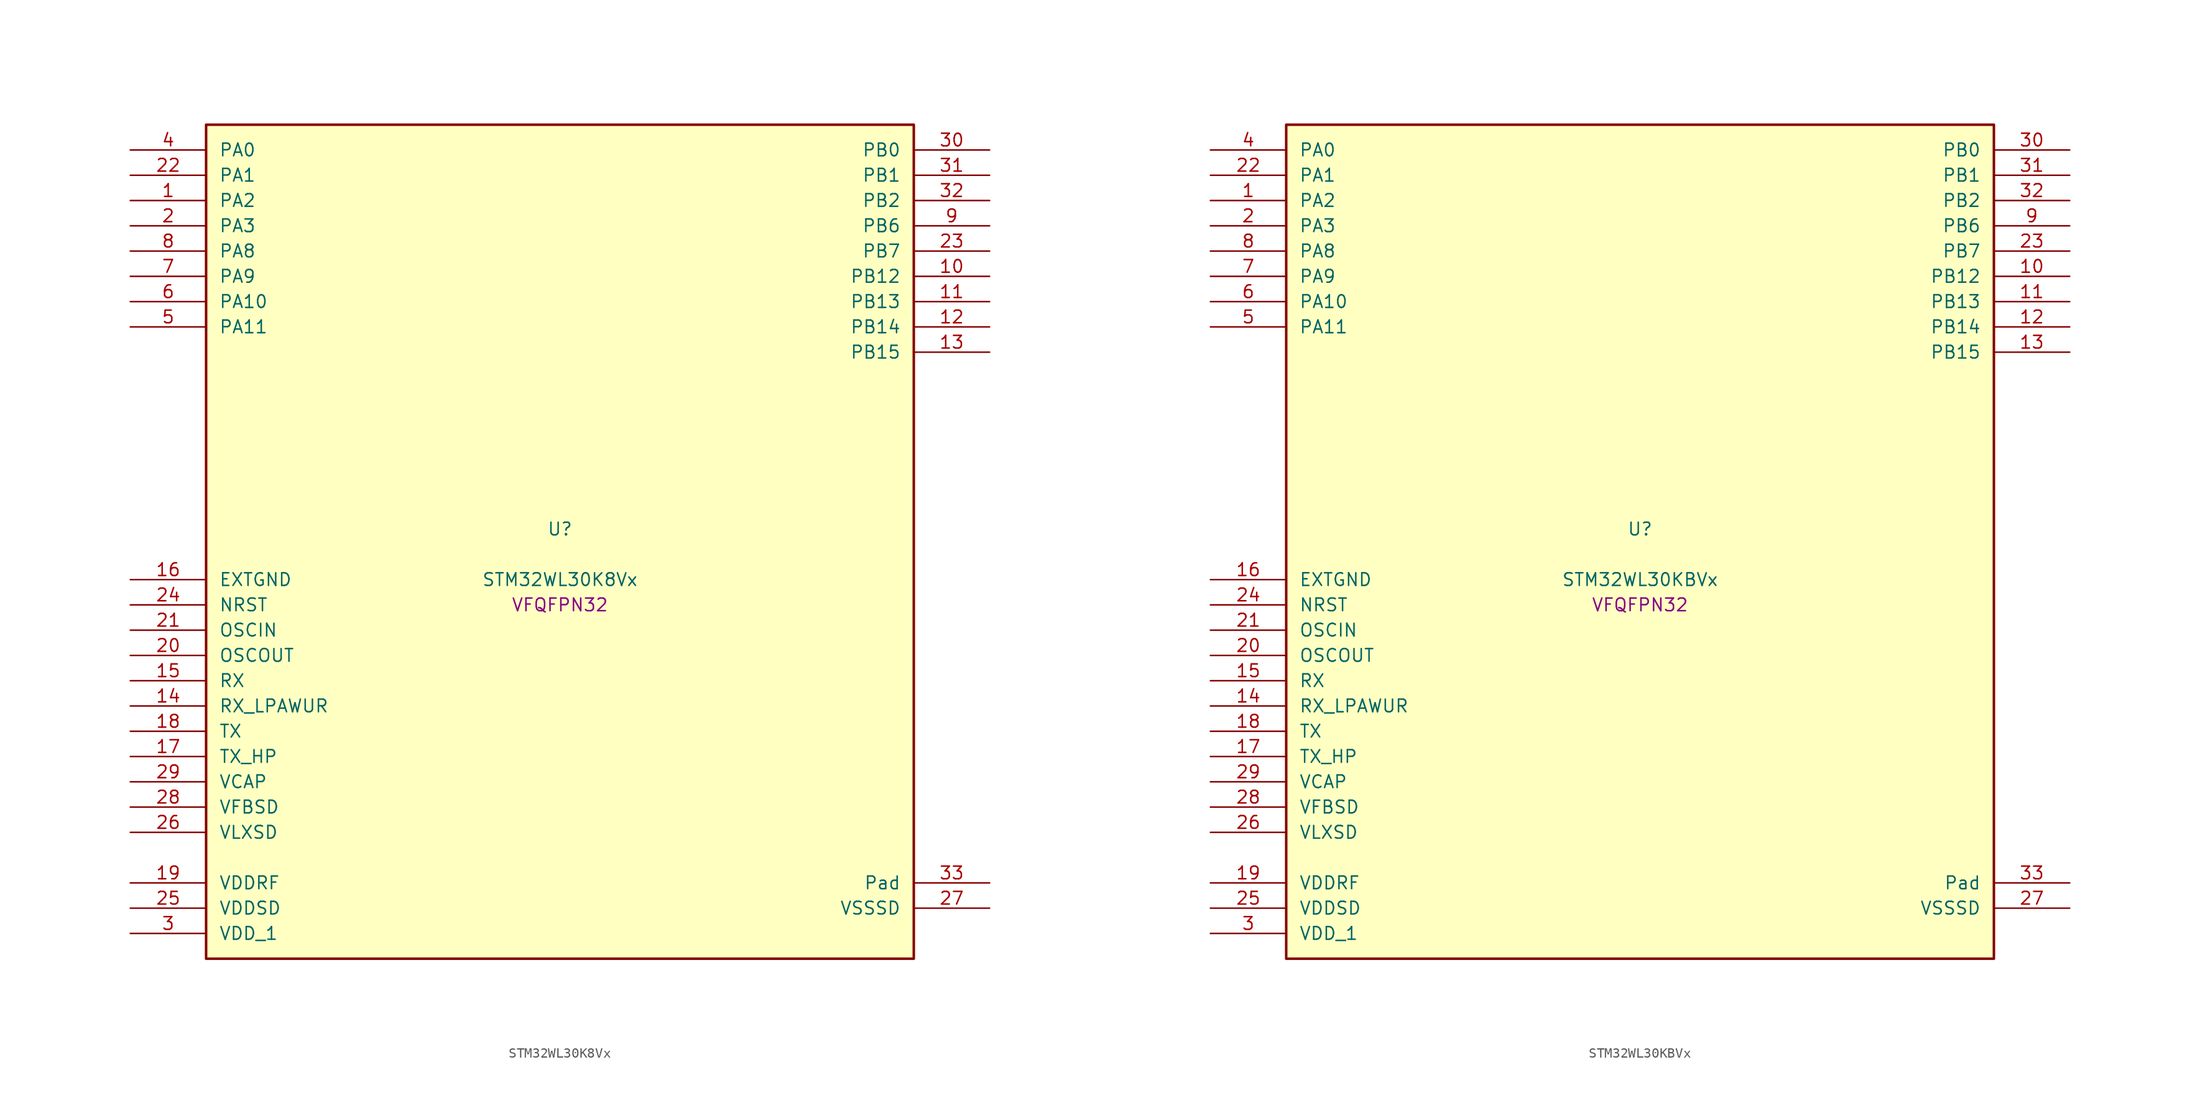
<source format=kicad_sym>
(kicad_symbol_lib
  (version 20241209)
  (generator "stm32_pkl_generator")
  (generator_version "1.0")
  (symbol "STM32WL30K8Vx"
    (pin_names
      (offset 1.27))
    (property "Reference" "U"
      (at 0 2.54 0))
    (property "Value" "STM32WL30K8Vx"
      (at 0 -2.54 0))
    (property "Footprint" "VFQFPN32"
      (at 0 -5.08 0))
    (symbol "STM32WL30K8Vx_1_1"
      (rectangle (start -35.56 43.18) (end 35.56 -40.64) (stroke (width 0.254) (type solid)) (fill (type background)))
      (pin bidirectional line (at -43.18 40.64 0) (length 7.62) (name "PA0") (number "4") (alternate "PA0/PWR_WKUP12" bidirectional line) (alternate "PA0/TIM2_CH3" bidirectional line) (alternate "PA0/USART1_CTS" bidirectional line))
      (pin bidirectional line (at -43.18 38.1 0) (length 7.62) (name "PA1") (number "22") (alternate "PA1/PWR_WKUP13" bidirectional line) (alternate "PA1/TIM16_BRK" bidirectional line) (alternate "PA1/TIM2_CH4" bidirectional line) (alternate "PA1/USART1_TX" bidirectional line))
      (pin bidirectional line (at -43.18 35.56 0) (length 7.62) (name "PA2") (number "1") (alternate "PA2/ADC1_VINM2" bidirectional line) (alternate "PA2/DEBUG_SWDIO" bidirectional line) (alternate "PA2/PWR_WKUP14" bidirectional line) (alternate "PA2/TIM16_CH1" bidirectional line) (alternate "PA2/TIM2_CH1" bidirectional line) (alternate "PA2/USART1_CK" bidirectional line))
      (pin bidirectional line (at -43.18 33.02 0) (length 7.62) (name "PA3") (number "2") (alternate "PA3/ADC1_VINP2" bidirectional line) (alternate "PA3/DEBUG_SWCLK" bidirectional line) (alternate "PA3/PWR_WKUP15" bidirectional line) (alternate "PA3/SPI3_SCK" bidirectional line) (alternate "PA3/TIM16_CH1N" bidirectional line) (alternate "PA3/TIM2_CH2" bidirectional line) (alternate "PA3/USART1_DE" bidirectional line) (alternate "PA3/USART1_RTS" bidirectional line))
      (pin bidirectional line (at -43.18 30.48 0) (length 7.62) (name "PA8") (number "8") (alternate "PA8/MRSUBG_RX_SEQUENCE" bidirectional line) (alternate "PA8/PWR_WKUP8" bidirectional line) (alternate "PA8/RTC_OUT" bidirectional line) (alternate "PA8/RTC_TAMP1" bidirectional line) (alternate "PA8/RTC_TS" bidirectional line) (alternate "PA8/SPI3_MISO" bidirectional line) (alternate "PA8/TIM2_CH3" bidirectional line) (alternate "PA8/USART1_RX" bidirectional line))
      (pin bidirectional line (at -43.18 27.94 0) (length 7.62) (name "PA9") (number "7") (alternate "PA9/PWR_WKUP9" bidirectional line) (alternate "PA9/RTC_OUT" bidirectional line) (alternate "PA9/SPI3_NSS" bidirectional line) (alternate "PA9/TIM2_CH4" bidirectional line) (alternate "PA9/USART1_TX" bidirectional line))
      (pin bidirectional line (at -43.18 25.4 0) (length 7.62) (name "PA10") (number "6") (alternate "PA10/LPUART1_CTS" bidirectional line) (alternate "PA10/MRSUBG_TX_DATA" bidirectional line) (alternate "PA10/MRSUBG_TX_SEQUENCE" bidirectional line) (alternate "PA10/PWR_WKUP10" bidirectional line))
      (pin bidirectional line (at -43.18 22.86 0) (length 7.62) (name "PA11") (number "5") (alternate "PA11/MRSUBG_RX_SEQUENCE" bidirectional line) (alternate "PA11/MRSUBG_TX_CLOCK" bidirectional line) (alternate "PA11/PWR_WKUP11" bidirectional line) (alternate "PA11/RCC_MCO" bidirectional line) (alternate "PA11/SPI3_MOSI" bidirectional line))
      (pin bidirectional line (at 43.18 40.64 180) (length 7.62) (name "PB0") (number "30") (alternate "PB0/ADC1_VINM1" bidirectional line) (alternate "PB0/LPUART1_DE" bidirectional line) (alternate "PB0/LPUART1_RTS" bidirectional line) (alternate "PB0/MRSUBG_ANTENNA_SWITCH" bidirectional line) (alternate "PB0/PWR_WKUP0" bidirectional line) (alternate "PB0/TIM16_CH1" bidirectional line) (alternate "PB0/USART1_RX" bidirectional line))
      (pin bidirectional line (at 43.18 38.1 180) (length 7.62) (name "PB1") (number "31") (alternate "PB1/ADC1_VINP1" bidirectional line) (alternate "PB1/DEBUG_SWDIO" bidirectional line) (alternate "PB1/MRSUBG_RX_DATA" bidirectional line) (alternate "PB1/PWR_WKUP1" bidirectional line) (alternate "PB1/TIM16_CH1N" bidirectional line) (alternate "PB1/USART1_CK" bidirectional line))
      (pin bidirectional line (at 43.18 35.56 180) (length 7.62) (name "PB2") (number "32") (alternate "PB2/ADC1_VINM0" bidirectional line) (alternate "PB2/DEBUG_SWCLK" bidirectional line) (alternate "PB2/MRSUBG_RX_CLOCK" bidirectional line) (alternate "PB2/PWR_WKUP2" bidirectional line) (alternate "PB2/TIM16_BRK" bidirectional line) (alternate "PB2/USART1_DE" bidirectional line) (alternate "PB2/USART1_RTS" bidirectional line))
      (pin bidirectional line (at 43.18 33.02 180) (length 7.62) (name "PB6") (number "9") (alternate "PB6/LPUART1_TX" bidirectional line) (alternate "PB6/PWR_WKUP6" bidirectional line) (alternate "PB6/SPI3_SCK" bidirectional line) (alternate "PB6/TIM2_CH3" bidirectional line))
      (pin bidirectional line (at 43.18 30.48 180) (length 7.62) (name "PB7") (number "23") (alternate "PB7/LPUART1_RX" bidirectional line) (alternate "PB7/PWR_WKUP7" bidirectional line) (alternate "PB7/SPI3_MOSI" bidirectional line) (alternate "PB7/TIM2_ETR" bidirectional line))
      (pin bidirectional line (at 43.18 27.94 180) (length 7.62) (name "PB12") (number "10") (alternate "PB12/LPUART1_CTS" bidirectional line) (alternate "PB12/RCC_LCO" bidirectional line) (alternate "PB12/RCC_OSC32_OUT" bidirectional line) (alternate "PB12/TIM2_CH3" bidirectional line) (alternate "PB12/USART1_DE" bidirectional line) (alternate "PB12/USART1_RTS" bidirectional line))
      (pin bidirectional line (at 43.18 25.4 180) (length 7.62) (name "PB13") (number "11") (alternate "PB13/RCC_OSC32_IN" bidirectional line) (alternate "PB13/TIM2_CH4" bidirectional line))
      (pin bidirectional line (at 43.18 22.86 180) (length 7.62) (name "PB14") (number "12") (alternate "PB14/MRSUBG_TX_SEQUENCE" bidirectional line) (alternate "PB14/PWR_PVD_IN" bidirectional line) (alternate "PB14/RCC_MCO" bidirectional line) (alternate "PB14/TIM2_ETR" bidirectional line) (alternate "PB14/USART1_RX" bidirectional line))
      (pin bidirectional line (at 43.18 20.32 180) (length 7.62) (name "PB15") (number "13") (alternate "PB15/USART1_TX" bidirectional line))
      (pin power_in line (at -43.18 -2.54 0) (length 7.62) (name "EXTGND") (number "16"))
      (pin input line (at -43.18 -5.08 0) (length 7.62) (name "NRST") (number "24"))
      (pin bidirectional line (at -43.18 -7.62 0) (length 7.62) (name "OSCIN") (number "21") (alternate "OSCIN/RCC_OSC_IN" bidirectional line))
      (pin bidirectional line (at -43.18 -10.16 0) (length 7.62) (name "OSCOUT") (number "20") (alternate "OSCOUT/RCC_OSC_OUT" bidirectional line))
      (pin input line (at -43.18 -12.7 0) (length 7.62) (name "RX") (number "15"))
      (pin input line (at -43.18 -15.24 0) (length 7.62) (name "RX_LPAWUR") (number "14"))
      (pin input line (at -43.18 -17.78 0) (length 7.62) (name "TX") (number "18"))
      (pin input line (at -43.18 -20.32 0) (length 7.62) (name "TX_HP") (number "17"))
      (pin power_in line (at -43.18 -22.86 0) (length 7.62) (name "VCAP") (number "29"))
      (pin power_in line (at -43.18 -25.4 0) (length 7.62) (name "VFBSD") (number "28"))
      (pin power_in line (at -43.18 -27.94 0) (length 7.62) (name "VLXSD") (number "26"))
      (pin power_in line (at -43.18 -33.02 0) (length 7.62) (name "VDDRF") (number "19"))
      (pin power_in line (at -43.18 -35.56 0) (length 7.62) (name "VDDSD") (number "25"))
      (pin power_in line (at -43.18 -38.1 0) (length 7.62) (name "VDD_1") (number "3"))
      (pin passive line (at 43.18 -33.02 180) (length 7.62) (name "Pad") (number "33"))
      (pin power_in line (at 43.18 -35.56 180) (length 7.62) (name "VSSSD") (number "27"))))
  (symbol "STM32WL30KBVx"
    (pin_names
      (offset 1.27))
    (property "Reference" "U"
      (at 0 2.54 0))
    (property "Value" "STM32WL30KBVx"
      (at 0 -2.54 0))
    (property "Footprint" "VFQFPN32"
      (at 0 -5.08 0))
    (symbol "STM32WL30KBVx_1_1"
      (rectangle (start -35.56 43.18) (end 35.56 -40.64) (stroke (width 0.254) (type solid)) (fill (type background)))
      (pin bidirectional line (at -43.18 40.64 0) (length 7.62) (name "PA0") (number "4") (alternate "PA0/PWR_WKUP12" bidirectional line) (alternate "PA0/TIM2_CH3" bidirectional line) (alternate "PA0/USART1_CTS" bidirectional line))
      (pin bidirectional line (at -43.18 38.1 0) (length 7.62) (name "PA1") (number "22") (alternate "PA1/PWR_WKUP13" bidirectional line) (alternate "PA1/TIM16_BRK" bidirectional line) (alternate "PA1/TIM2_CH4" bidirectional line) (alternate "PA1/USART1_TX" bidirectional line))
      (pin bidirectional line (at -43.18 35.56 0) (length 7.62) (name "PA2") (number "1") (alternate "PA2/ADC1_VINM2" bidirectional line) (alternate "PA2/DEBUG_SWDIO" bidirectional line) (alternate "PA2/PWR_WKUP14" bidirectional line) (alternate "PA2/TIM16_CH1" bidirectional line) (alternate "PA2/TIM2_CH1" bidirectional line) (alternate "PA2/USART1_CK" bidirectional line))
      (pin bidirectional line (at -43.18 33.02 0) (length 7.62) (name "PA3") (number "2") (alternate "PA3/ADC1_VINP2" bidirectional line) (alternate "PA3/DEBUG_SWCLK" bidirectional line) (alternate "PA3/PWR_WKUP15" bidirectional line) (alternate "PA3/SPI3_SCK" bidirectional line) (alternate "PA3/TIM16_CH1N" bidirectional line) (alternate "PA3/TIM2_CH2" bidirectional line) (alternate "PA3/USART1_DE" bidirectional line) (alternate "PA3/USART1_RTS" bidirectional line))
      (pin bidirectional line (at -43.18 30.48 0) (length 7.62) (name "PA8") (number "8") (alternate "PA8/MRSUBG_RX_SEQUENCE" bidirectional line) (alternate "PA8/PWR_WKUP8" bidirectional line) (alternate "PA8/RTC_OUT" bidirectional line) (alternate "PA8/RTC_TAMP1" bidirectional line) (alternate "PA8/RTC_TS" bidirectional line) (alternate "PA8/SPI3_MISO" bidirectional line) (alternate "PA8/TIM2_CH3" bidirectional line) (alternate "PA8/USART1_RX" bidirectional line))
      (pin bidirectional line (at -43.18 27.94 0) (length 7.62) (name "PA9") (number "7") (alternate "PA9/PWR_WKUP9" bidirectional line) (alternate "PA9/RTC_OUT" bidirectional line) (alternate "PA9/SPI3_NSS" bidirectional line) (alternate "PA9/TIM2_CH4" bidirectional line) (alternate "PA9/USART1_TX" bidirectional line))
      (pin bidirectional line (at -43.18 25.4 0) (length 7.62) (name "PA10") (number "6") (alternate "PA10/LPUART1_CTS" bidirectional line) (alternate "PA10/MRSUBG_TX_DATA" bidirectional line) (alternate "PA10/MRSUBG_TX_SEQUENCE" bidirectional line) (alternate "PA10/PWR_WKUP10" bidirectional line))
      (pin bidirectional line (at -43.18 22.86 0) (length 7.62) (name "PA11") (number "5") (alternate "PA11/MRSUBG_RX_SEQUENCE" bidirectional line) (alternate "PA11/MRSUBG_TX_CLOCK" bidirectional line) (alternate "PA11/PWR_WKUP11" bidirectional line) (alternate "PA11/RCC_MCO" bidirectional line) (alternate "PA11/SPI3_MOSI" bidirectional line))
      (pin bidirectional line (at 43.18 40.64 180) (length 7.62) (name "PB0") (number "30") (alternate "PB0/ADC1_VINM1" bidirectional line) (alternate "PB0/LPUART1_DE" bidirectional line) (alternate "PB0/LPUART1_RTS" bidirectional line) (alternate "PB0/MRSUBG_ANTENNA_SWITCH" bidirectional line) (alternate "PB0/PWR_WKUP0" bidirectional line) (alternate "PB0/TIM16_CH1" bidirectional line) (alternate "PB0/USART1_RX" bidirectional line))
      (pin bidirectional line (at 43.18 38.1 180) (length 7.62) (name "PB1") (number "31") (alternate "PB1/ADC1_VINP1" bidirectional line) (alternate "PB1/DEBUG_SWDIO" bidirectional line) (alternate "PB1/MRSUBG_RX_DATA" bidirectional line) (alternate "PB1/PWR_WKUP1" bidirectional line) (alternate "PB1/TIM16_CH1N" bidirectional line) (alternate "PB1/USART1_CK" bidirectional line))
      (pin bidirectional line (at 43.18 35.56 180) (length 7.62) (name "PB2") (number "32") (alternate "PB2/ADC1_VINM0" bidirectional line) (alternate "PB2/DEBUG_SWCLK" bidirectional line) (alternate "PB2/MRSUBG_RX_CLOCK" bidirectional line) (alternate "PB2/PWR_WKUP2" bidirectional line) (alternate "PB2/TIM16_BRK" bidirectional line) (alternate "PB2/USART1_DE" bidirectional line) (alternate "PB2/USART1_RTS" bidirectional line))
      (pin bidirectional line (at 43.18 33.02 180) (length 7.62) (name "PB6") (number "9") (alternate "PB6/LPUART1_TX" bidirectional line) (alternate "PB6/PWR_WKUP6" bidirectional line) (alternate "PB6/SPI3_SCK" bidirectional line) (alternate "PB6/TIM2_CH3" bidirectional line))
      (pin bidirectional line (at 43.18 30.48 180) (length 7.62) (name "PB7") (number "23") (alternate "PB7/LPUART1_RX" bidirectional line) (alternate "PB7/PWR_WKUP7" bidirectional line) (alternate "PB7/SPI3_MOSI" bidirectional line) (alternate "PB7/TIM2_ETR" bidirectional line))
      (pin bidirectional line (at 43.18 27.94 180) (length 7.62) (name "PB12") (number "10") (alternate "PB12/LPUART1_CTS" bidirectional line) (alternate "PB12/RCC_LCO" bidirectional line) (alternate "PB12/RCC_OSC32_OUT" bidirectional line) (alternate "PB12/TIM2_CH3" bidirectional line) (alternate "PB12/USART1_DE" bidirectional line) (alternate "PB12/USART1_RTS" bidirectional line))
      (pin bidirectional line (at 43.18 25.4 180) (length 7.62) (name "PB13") (number "11") (alternate "PB13/RCC_OSC32_IN" bidirectional line) (alternate "PB13/TIM2_CH4" bidirectional line))
      (pin bidirectional line (at 43.18 22.86 180) (length 7.62) (name "PB14") (number "12") (alternate "PB14/MRSUBG_TX_SEQUENCE" bidirectional line) (alternate "PB14/PWR_PVD_IN" bidirectional line) (alternate "PB14/RCC_MCO" bidirectional line) (alternate "PB14/TIM2_ETR" bidirectional line) (alternate "PB14/USART1_RX" bidirectional line))
      (pin bidirectional line (at 43.18 20.32 180) (length 7.62) (name "PB15") (number "13") (alternate "PB15/USART1_TX" bidirectional line))
      (pin power_in line (at -43.18 -2.54 0) (length 7.62) (name "EXTGND") (number "16"))
      (pin input line (at -43.18 -5.08 0) (length 7.62) (name "NRST") (number "24"))
      (pin bidirectional line (at -43.18 -7.62 0) (length 7.62) (name "OSCIN") (number "21") (alternate "OSCIN/RCC_OSC_IN" bidirectional line))
      (pin bidirectional line (at -43.18 -10.16 0) (length 7.62) (name "OSCOUT") (number "20") (alternate "OSCOUT/RCC_OSC_OUT" bidirectional line))
      (pin input line (at -43.18 -12.7 0) (length 7.62) (name "RX") (number "15"))
      (pin input line (at -43.18 -15.24 0) (length 7.62) (name "RX_LPAWUR") (number "14"))
      (pin input line (at -43.18 -17.78 0) (length 7.62) (name "TX") (number "18"))
      (pin input line (at -43.18 -20.32 0) (length 7.62) (name "TX_HP") (number "17"))
      (pin power_in line (at -43.18 -22.86 0) (length 7.62) (name "VCAP") (number "29"))
      (pin power_in line (at -43.18 -25.4 0) (length 7.62) (name "VFBSD") (number "28"))
      (pin power_in line (at -43.18 -27.94 0) (length 7.62) (name "VLXSD") (number "26"))
      (pin power_in line (at -43.18 -33.02 0) (length 7.62) (name "VDDRF") (number "19"))
      (pin power_in line (at -43.18 -35.56 0) (length 7.62) (name "VDDSD") (number "25"))
      (pin power_in line (at -43.18 -38.1 0) (length 7.62) (name "VDD_1") (number "3"))
      (pin passive line (at 43.18 -33.02 180) (length 7.62) (name "Pad") (number "33"))
      (pin power_in line (at 43.18 -35.56 180) (length 7.62) (name "VSSSD") (number "27")))))
</source>
